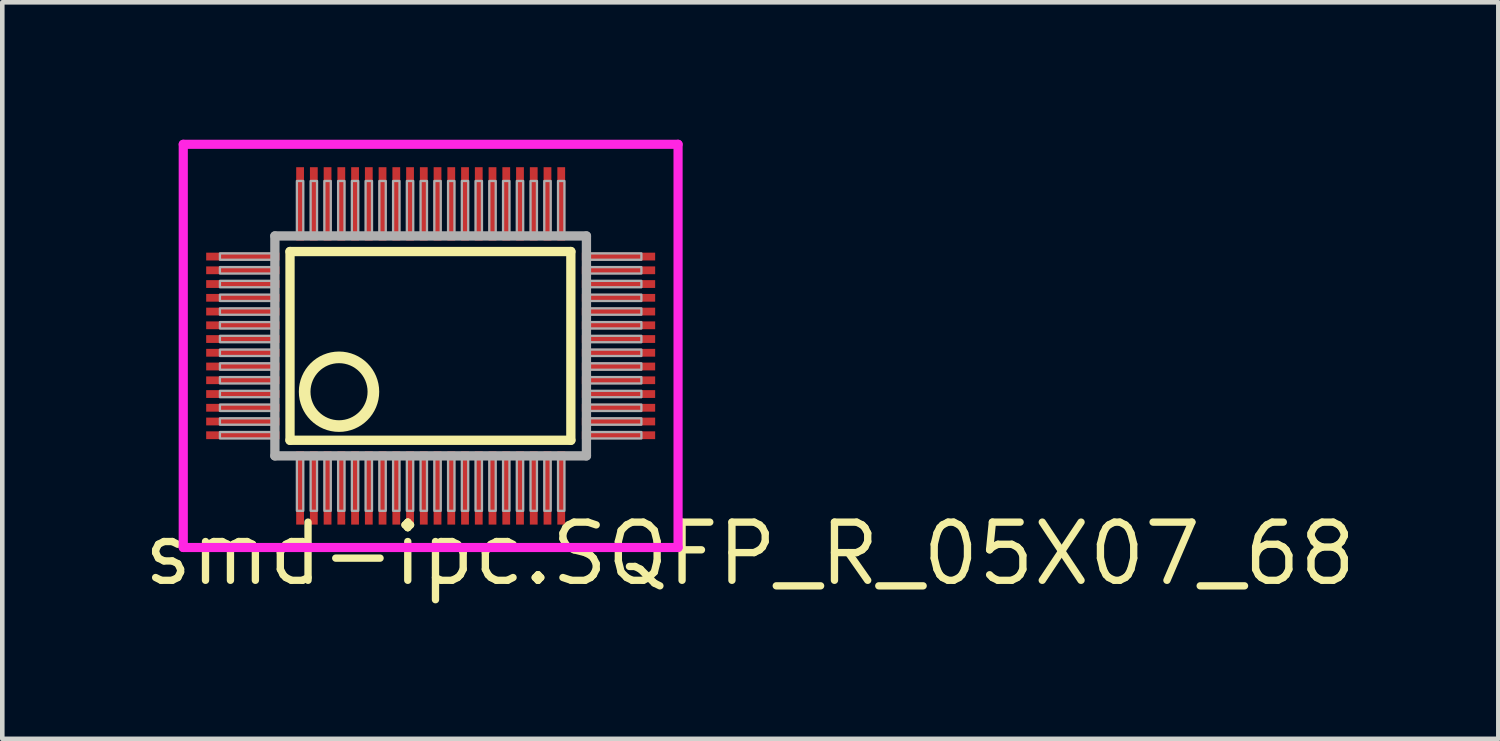
<source format=kicad_pcb>
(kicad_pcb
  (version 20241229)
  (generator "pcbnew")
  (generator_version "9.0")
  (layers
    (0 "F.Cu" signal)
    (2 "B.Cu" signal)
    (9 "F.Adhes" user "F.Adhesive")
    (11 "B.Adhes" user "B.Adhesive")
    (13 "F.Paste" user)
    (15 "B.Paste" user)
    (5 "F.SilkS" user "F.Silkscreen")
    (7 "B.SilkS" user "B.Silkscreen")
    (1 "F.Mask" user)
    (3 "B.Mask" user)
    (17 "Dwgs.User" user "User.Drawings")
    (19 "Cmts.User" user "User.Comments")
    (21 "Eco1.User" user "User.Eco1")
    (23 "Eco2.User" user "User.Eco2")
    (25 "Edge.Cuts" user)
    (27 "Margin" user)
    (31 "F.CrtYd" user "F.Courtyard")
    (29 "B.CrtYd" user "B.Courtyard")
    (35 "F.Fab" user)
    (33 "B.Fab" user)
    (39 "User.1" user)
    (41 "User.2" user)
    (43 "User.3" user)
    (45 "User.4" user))
  (footprint "smd-ipc.SQFP_R_05X07_68"
    (layer "F.Cu")
    (at 6.35 4.5)
    (property "Reference" "smd-ipc.SQFP_R_05X07_68" (at -6.35 5.28 0) (layer "F.SilkS") (effects (font (size 1.27 1.27) (thickness 0.16)) (justify left bottom)))
    (attr smd)
    (fp_line (start -3.07 -2.06) (end 3.06 -2.06) (stroke (width 0.203) (type default)) (layer "F.SilkS"))
    (fp_line (start -3.07 2.06) (end -3.07 -2.06) (stroke (width 0.203) (type default)) (layer "F.SilkS"))
    (fp_line (start 3.06 -2.06) (end 3.06 2.06) (stroke (width 0.203) (type default)) (layer "F.SilkS"))
    (fp_line (start 3.06 2.06) (end -3.07 2.06) (stroke (width 0.203) (type default)) (layer "F.SilkS"))
    (fp_circle (center -2 1) (end -1.25 1) (stroke (width 0.254) (type default)) (fill no) (layer "F.SilkS"))
    (fp_line (start -5.4 -4.4) (end 5.4 -4.4) (stroke (width 0.2) (type default)) (layer "F.CrtYd"))
    (fp_line (start -5.4 4.4) (end -5.4 -4.4) (stroke (width 0.2) (type default)) (layer "F.CrtYd"))
    (fp_line (start 5.4 -4.4) (end 5.4 4.4) (stroke (width 0.2) (type default)) (layer "F.CrtYd"))
    (fp_line (start 5.4 4.4) (end -5.4 4.4) (stroke (width 0.2) (type default)) (layer "F.CrtYd"))
    (fp_line (start -3.4 -2.4) (end -3.4 2.4) (stroke (width 0.203) (type default)) (layer "F.Fab"))
    (fp_line (start -3.4 2.4) (end 3.4 2.4) (stroke (width 0.203) (type default)) (layer "F.Fab"))
    (fp_line (start 3.4 -2.4) (end -3.4 -2.4) (stroke (width 0.203) (type default)) (layer "F.Fab"))
    (fp_line (start 3.4 2.4) (end 3.4 -2.4) (stroke (width 0.203) (type default)) (layer "F.Fab"))
    (fp_rect (start -4.6 -1.88) (end -3.45 -2.02) (stroke (width 0.05) (type default)) (fill no) (layer "F.Fab"))
    (fp_rect (start -4.6 -1.58) (end -3.45 -1.72) (stroke (width 0.05) (type default)) (fill no) (layer "F.Fab"))
    (fp_rect (start -4.6 -1.28) (end -3.45 -1.42) (stroke (width 0.05) (type default)) (fill no) (layer "F.Fab"))
    (fp_rect (start -4.6 -0.98) (end -3.45 -1.12) (stroke (width 0.05) (type default)) (fill no) (layer "F.Fab"))
    (fp_rect (start -4.6 -0.68) (end -3.45 -0.82) (stroke (width 0.05) (type default)) (fill no) (layer "F.Fab"))
    (fp_rect (start -4.6 -0.38) (end -3.45 -0.52) (stroke (width 0.05) (type default)) (fill no) (layer "F.Fab"))
    (fp_rect (start -4.6 -0.08) (end -3.45 -0.22) (stroke (width 0.05) (type default)) (fill no) (layer "F.Fab"))
    (fp_rect (start -4.6 0.22) (end -3.45 0.08) (stroke (width 0.05) (type default)) (fill no) (layer "F.Fab"))
    (fp_rect (start -4.6 0.52) (end -3.45 0.38) (stroke (width 0.05) (type default)) (fill no) (layer "F.Fab"))
    (fp_rect (start -4.6 0.82) (end -3.45 0.68) (stroke (width 0.05) (type default)) (fill no) (layer "F.Fab"))
    (fp_rect (start -4.6 1.12) (end -3.45 0.98) (stroke (width 0.05) (type default)) (fill no) (layer "F.Fab"))
    (fp_rect (start -4.6 1.42) (end -3.45 1.28) (stroke (width 0.05) (type default)) (fill no) (layer "F.Fab"))
    (fp_rect (start -4.6 1.72) (end -3.45 1.58) (stroke (width 0.05) (type default)) (fill no) (layer "F.Fab"))
    (fp_rect (start -4.6 2.02) (end -3.45 1.88) (stroke (width 0.05) (type default)) (fill no) (layer "F.Fab"))
    (fp_rect (start -2.92 -2.45) (end -2.78 -3.6) (stroke (width 0.05) (type default)) (fill no) (layer "F.Fab"))
    (fp_rect (start -2.92 3.6) (end -2.78 2.45) (stroke (width 0.05) (type default)) (fill no) (layer "F.Fab"))
    (fp_rect (start -2.62 -2.45) (end -2.48 -3.6) (stroke (width 0.05) (type default)) (fill no) (layer "F.Fab"))
    (fp_rect (start -2.62 3.6) (end -2.48 2.45) (stroke (width 0.05) (type default)) (fill no) (layer "F.Fab"))
    (fp_rect (start -2.32 -2.45) (end -2.18 -3.6) (stroke (width 0.05) (type default)) (fill no) (layer "F.Fab"))
    (fp_rect (start -2.32 3.6) (end -2.18 2.45) (stroke (width 0.05) (type default)) (fill no) (layer "F.Fab"))
    (fp_rect (start -2.02 -2.45) (end -1.88 -3.6) (stroke (width 0.05) (type default)) (fill no) (layer "F.Fab"))
    (fp_rect (start -2.02 3.6) (end -1.88 2.45) (stroke (width 0.05) (type default)) (fill no) (layer "F.Fab"))
    (fp_rect (start -1.72 -2.45) (end -1.58 -3.6) (stroke (width 0.05) (type default)) (fill no) (layer "F.Fab"))
    (fp_rect (start -1.72 3.6) (end -1.58 2.45) (stroke (width 0.05) (type default)) (fill no) (layer "F.Fab"))
    (fp_rect (start -1.42 -2.45) (end -1.28 -3.6) (stroke (width 0.05) (type default)) (fill no) (layer "F.Fab"))
    (fp_rect (start -1.42 3.6) (end -1.28 2.45) (stroke (width 0.05) (type default)) (fill no) (layer "F.Fab"))
    (fp_rect (start -1.12 -2.45) (end -0.98 -3.6) (stroke (width 0.05) (type default)) (fill no) (layer "F.Fab"))
    (fp_rect (start -1.12 3.6) (end -0.98 2.45) (stroke (width 0.05) (type default)) (fill no) (layer "F.Fab"))
    (fp_rect (start -0.82 -2.45) (end -0.68 -3.6) (stroke (width 0.05) (type default)) (fill no) (layer "F.Fab"))
    (fp_rect (start -0.82 3.6) (end -0.68 2.45) (stroke (width 0.05) (type default)) (fill no) (layer "F.Fab"))
    (fp_rect (start -0.52 -2.45) (end -0.38 -3.6) (stroke (width 0.05) (type default)) (fill no) (layer "F.Fab"))
    (fp_rect (start -0.52 3.6) (end -0.38 2.45) (stroke (width 0.05) (type default)) (fill no) (layer "F.Fab"))
    (fp_rect (start -0.22 -2.45) (end -0.08 -3.6) (stroke (width 0.05) (type default)) (fill no) (layer "F.Fab"))
    (fp_rect (start -0.22 3.6) (end -0.08 2.45) (stroke (width 0.05) (type default)) (fill no) (layer "F.Fab"))
    (fp_rect (start 0.08 -2.45) (end 0.22 -3.6) (stroke (width 0.05) (type default)) (fill no) (layer "F.Fab"))
    (fp_rect (start 0.08 3.6) (end 0.22 2.45) (stroke (width 0.05) (type default)) (fill no) (layer "F.Fab"))
    (fp_rect (start 0.38 -2.45) (end 0.52 -3.6) (stroke (width 0.05) (type default)) (fill no) (layer "F.Fab"))
    (fp_rect (start 0.38 3.6) (end 0.52 2.45) (stroke (width 0.05) (type default)) (fill no) (layer "F.Fab"))
    (fp_rect (start 0.68 -2.45) (end 0.82 -3.6) (stroke (width 0.05) (type default)) (fill no) (layer "F.Fab"))
    (fp_rect (start 0.68 3.6) (end 0.82 2.45) (stroke (width 0.05) (type default)) (fill no) (layer "F.Fab"))
    (fp_rect (start 0.98 -2.45) (end 1.12 -3.6) (stroke (width 0.05) (type default)) (fill no) (layer "F.Fab"))
    (fp_rect (start 0.98 3.6) (end 1.12 2.45) (stroke (width 0.05) (type default)) (fill no) (layer "F.Fab"))
    (fp_rect (start 1.28 -2.45) (end 1.42 -3.6) (stroke (width 0.05) (type default)) (fill no) (layer "F.Fab"))
    (fp_rect (start 1.28 3.6) (end 1.42 2.45) (stroke (width 0.05) (type default)) (fill no) (layer "F.Fab"))
    (fp_rect (start 1.58 -2.45) (end 1.72 -3.6) (stroke (width 0.05) (type default)) (fill no) (layer "F.Fab"))
    (fp_rect (start 1.58 3.6) (end 1.72 2.45) (stroke (width 0.05) (type default)) (fill no) (layer "F.Fab"))
    (fp_rect (start 1.88 -2.45) (end 2.02 -3.6) (stroke (width 0.05) (type default)) (fill no) (layer "F.Fab"))
    (fp_rect (start 1.88 3.6) (end 2.02 2.45) (stroke (width 0.05) (type default)) (fill no) (layer "F.Fab"))
    (fp_rect (start 2.18 -2.45) (end 2.32 -3.6) (stroke (width 0.05) (type default)) (fill no) (layer "F.Fab"))
    (fp_rect (start 2.18 3.6) (end 2.32 2.45) (stroke (width 0.05) (type default)) (fill no) (layer "F.Fab"))
    (fp_rect (start 2.48 -2.45) (end 2.62 -3.6) (stroke (width 0.05) (type default)) (fill no) (layer "F.Fab"))
    (fp_rect (start 2.48 3.6) (end 2.62 2.45) (stroke (width 0.05) (type default)) (fill no) (layer "F.Fab"))
    (fp_rect (start 2.78 -2.45) (end 2.92 -3.6) (stroke (width 0.05) (type default)) (fill no) (layer "F.Fab"))
    (fp_rect (start 2.78 3.6) (end 2.92 2.45) (stroke (width 0.05) (type default)) (fill no) (layer "F.Fab"))
    (fp_rect (start 3.45 -1.88) (end 4.6 -2.02) (stroke (width 0.05) (type default)) (fill no) (layer "F.Fab"))
    (fp_rect (start 3.45 -1.58) (end 4.6 -1.72) (stroke (width 0.05) (type default)) (fill no) (layer "F.Fab"))
    (fp_rect (start 3.45 -1.28) (end 4.6 -1.42) (stroke (width 0.05) (type default)) (fill no) (layer "F.Fab"))
    (fp_rect (start 3.45 -0.98) (end 4.6 -1.12) (stroke (width 0.05) (type default)) (fill no) (layer "F.Fab"))
    (fp_rect (start 3.45 -0.68) (end 4.6 -0.82) (stroke (width 0.05) (type default)) (fill no) (layer "F.Fab"))
    (fp_rect (start 3.45 -0.38) (end 4.6 -0.52) (stroke (width 0.05) (type default)) (fill no) (layer "F.Fab"))
    (fp_rect (start 3.45 -0.08) (end 4.6 -0.22) (stroke (width 0.05) (type default)) (fill no) (layer "F.Fab"))
    (fp_rect (start 3.45 0.22) (end 4.6 0.08) (stroke (width 0.05) (type default)) (fill no) (layer "F.Fab"))
    (fp_rect (start 3.45 0.52) (end 4.6 0.38) (stroke (width 0.05) (type default)) (fill no) (layer "F.Fab"))
    (fp_rect (start 3.45 0.82) (end 4.6 0.68) (stroke (width 0.05) (type default)) (fill no) (layer "F.Fab"))
    (fp_rect (start 3.45 1.12) (end 4.6 0.98) (stroke (width 0.05) (type default)) (fill no) (layer "F.Fab"))
    (fp_rect (start 3.45 1.42) (end 4.6 1.28) (stroke (width 0.05) (type default)) (fill no) (layer "F.Fab"))
    (fp_rect (start 3.45 1.72) (end 4.6 1.58) (stroke (width 0.05) (type default)) (fill no) (layer "F.Fab"))
    (fp_rect (start 3.45 2.02) (end 4.6 1.88) (stroke (width 0.05) (type default)) (fill no) (layer "F.Fab"))
    (pad "1" smd roundrect (at -2.85 3.1) (size 0.17 1.6) (layers "F.Cu" "F.Mask" "F.Paste") (roundrect_rratio 0.01))
    (pad "2" smd roundrect (at -2.55 3.1) (size 0.17 1.6) (layers "F.Cu" "F.Mask" "F.Paste") (roundrect_rratio 0.01))
    (pad "3" smd roundrect (at -2.25 3.1) (size 0.17 1.6) (layers "F.Cu" "F.Mask" "F.Paste") (roundrect_rratio 0.01))
    (pad "4" smd roundrect (at -1.95 3.1) (size 0.17 1.6) (layers "F.Cu" "F.Mask" "F.Paste") (roundrect_rratio 0.01))
    (pad "5" smd roundrect (at -1.65 3.1) (size 0.17 1.6) (layers "F.Cu" "F.Mask" "F.Paste") (roundrect_rratio 0.01))
    (pad "6" smd roundrect (at -1.35 3.1) (size 0.17 1.6) (layers "F.Cu" "F.Mask" "F.Paste") (roundrect_rratio 0.01))
    (pad "7" smd roundrect (at -1.05 3.1) (size 0.17 1.6) (layers "F.Cu" "F.Mask" "F.Paste") (roundrect_rratio 0.01))
    (pad "8" smd roundrect (at -0.75 3.1) (size 0.17 1.6) (layers "F.Cu" "F.Mask" "F.Paste") (roundrect_rratio 0.01))
    (pad "9" smd roundrect (at -0.45 3.1) (size 0.17 1.6) (layers "F.Cu" "F.Mask" "F.Paste") (roundrect_rratio 0.01))
    (pad "10" smd roundrect (at -0.15 3.1) (size 0.17 1.6) (layers "F.Cu" "F.Mask" "F.Paste") (roundrect_rratio 0.01))
    (pad "11" smd roundrect (at 0.15 3.1) (size 0.17 1.6) (layers "F.Cu" "F.Mask" "F.Paste") (roundrect_rratio 0.01))
    (pad "12" smd roundrect (at 0.45 3.1) (size 0.17 1.6) (layers "F.Cu" "F.Mask" "F.Paste") (roundrect_rratio 0.01))
    (pad "13" smd roundrect (at 0.75 3.1) (size 0.17 1.6) (layers "F.Cu" "F.Mask" "F.Paste") (roundrect_rratio 0.01))
    (pad "14" smd roundrect (at 1.05 3.1) (size 0.17 1.6) (layers "F.Cu" "F.Mask" "F.Paste") (roundrect_rratio 0.01))
    (pad "15" smd roundrect (at 1.35 3.1) (size 0.17 1.6) (layers "F.Cu" "F.Mask" "F.Paste") (roundrect_rratio 0.01))
    (pad "16" smd roundrect (at 1.65 3.1) (size 0.17 1.6) (layers "F.Cu" "F.Mask" "F.Paste") (roundrect_rratio 0.01))
    (pad "17" smd roundrect (at 1.95 3.1) (size 0.17 1.6) (layers "F.Cu" "F.Mask" "F.Paste") (roundrect_rratio 0.01))
    (pad "18" smd roundrect (at 2.25 3.1) (size 0.17 1.6) (layers "F.Cu" "F.Mask" "F.Paste") (roundrect_rratio 0.01))
    (pad "19" smd roundrect (at 2.55 3.1) (size 0.17 1.6) (layers "F.Cu" "F.Mask" "F.Paste") (roundrect_rratio 0.01))
    (pad "20" smd roundrect (at 2.85 3.1) (size 0.17 1.6) (layers "F.Cu" "F.Mask" "F.Paste") (roundrect_rratio 0.01))
    (pad "21" smd roundrect (at 4.1 1.95) (size 1.6 0.17) (layers "F.Cu" "F.Mask" "F.Paste") (roundrect_rratio 0.01))
    (pad "22" smd roundrect (at 4.1 1.65) (size 1.6 0.17) (layers "F.Cu" "F.Mask" "F.Paste") (roundrect_rratio 0.01))
    (pad "23" smd roundrect (at 4.1 1.35) (size 1.6 0.17) (layers "F.Cu" "F.Mask" "F.Paste") (roundrect_rratio 0.01))
    (pad "24" smd roundrect (at 4.1 1.05) (size 1.6 0.17) (layers "F.Cu" "F.Mask" "F.Paste") (roundrect_rratio 0.01))
    (pad "25" smd roundrect (at 4.1 0.75) (size 1.6 0.17) (layers "F.Cu" "F.Mask" "F.Paste") (roundrect_rratio 0.01))
    (pad "26" smd roundrect (at 4.1 0.45) (size 1.6 0.17) (layers "F.Cu" "F.Mask" "F.Paste") (roundrect_rratio 0.01))
    (pad "27" smd roundrect (at 4.1 0.15) (size 1.6 0.17) (layers "F.Cu" "F.Mask" "F.Paste") (roundrect_rratio 0.01))
    (pad "28" smd roundrect (at 4.1 -0.15) (size 1.6 0.17) (layers "F.Cu" "F.Mask" "F.Paste") (roundrect_rratio 0.01))
    (pad "29" smd roundrect (at 4.1 -0.45) (size 1.6 0.17) (layers "F.Cu" "F.Mask" "F.Paste") (roundrect_rratio 0.01))
    (pad "30" smd roundrect (at 4.1 -0.75) (size 1.6 0.17) (layers "F.Cu" "F.Mask" "F.Paste") (roundrect_rratio 0.01))
    (pad "31" smd roundrect (at 4.1 -1.05) (size 1.6 0.17) (layers "F.Cu" "F.Mask" "F.Paste") (roundrect_rratio 0.01))
    (pad "32" smd roundrect (at 4.1 -1.35) (size 1.6 0.17) (layers "F.Cu" "F.Mask" "F.Paste") (roundrect_rratio 0.01))
    (pad "33" smd roundrect (at 4.1 -1.65) (size 1.6 0.17) (layers "F.Cu" "F.Mask" "F.Paste") (roundrect_rratio 0.01))
    (pad "34" smd roundrect (at 4.1 -1.95) (size 1.6 0.17) (layers "F.Cu" "F.Mask" "F.Paste") (roundrect_rratio 0.01))
    (pad "35" smd roundrect (at 2.85 -3.1) (size 0.17 1.6) (layers "F.Cu" "F.Mask" "F.Paste") (roundrect_rratio 0.01))
    (pad "36" smd roundrect (at 2.55 -3.1) (size 0.17 1.6) (layers "F.Cu" "F.Mask" "F.Paste") (roundrect_rratio 0.01))
    (pad "37" smd roundrect (at 2.25 -3.1) (size 0.17 1.6) (layers "F.Cu" "F.Mask" "F.Paste") (roundrect_rratio 0.01))
    (pad "38" smd roundrect (at 1.95 -3.1) (size 0.17 1.6) (layers "F.Cu" "F.Mask" "F.Paste") (roundrect_rratio 0.01))
    (pad "39" smd roundrect (at 1.65 -3.1) (size 0.17 1.6) (layers "F.Cu" "F.Mask" "F.Paste") (roundrect_rratio 0.01))
    (pad "40" smd roundrect (at 1.35 -3.1) (size 0.17 1.6) (layers "F.Cu" "F.Mask" "F.Paste") (roundrect_rratio 0.01))
    (pad "41" smd roundrect (at 1.05 -3.1) (size 0.17 1.6) (layers "F.Cu" "F.Mask" "F.Paste") (roundrect_rratio 0.01))
    (pad "42" smd roundrect (at 0.75 -3.1) (size 0.17 1.6) (layers "F.Cu" "F.Mask" "F.Paste") (roundrect_rratio 0.01))
    (pad "43" smd roundrect (at 0.45 -3.1) (size 0.17 1.6) (layers "F.Cu" "F.Mask" "F.Paste") (roundrect_rratio 0.01))
    (pad "44" smd roundrect (at 0.15 -3.1) (size 0.17 1.6) (layers "F.Cu" "F.Mask" "F.Paste") (roundrect_rratio 0.01))
    (pad "45" smd roundrect (at -0.15 -3.1) (size 0.17 1.6) (layers "F.Cu" "F.Mask" "F.Paste") (roundrect_rratio 0.01))
    (pad "46" smd roundrect (at -0.45 -3.1) (size 0.17 1.6) (layers "F.Cu" "F.Mask" "F.Paste") (roundrect_rratio 0.01))
    (pad "47" smd roundrect (at -0.75 -3.1) (size 0.17 1.6) (layers "F.Cu" "F.Mask" "F.Paste") (roundrect_rratio 0.01))
    (pad "48" smd roundrect (at -1.05 -3.1) (size 0.17 1.6) (layers "F.Cu" "F.Mask" "F.Paste") (roundrect_rratio 0.01))
    (pad "49" smd roundrect (at -1.35 -3.1) (size 0.17 1.6) (layers "F.Cu" "F.Mask" "F.Paste") (roundrect_rratio 0.01))
    (pad "50" smd roundrect (at -1.65 -3.1) (size 0.17 1.6) (layers "F.Cu" "F.Mask" "F.Paste") (roundrect_rratio 0.01))
    (pad "51" smd roundrect (at -1.95 -3.1) (size 0.17 1.6) (layers "F.Cu" "F.Mask" "F.Paste") (roundrect_rratio 0.01))
    (pad "52" smd roundrect (at -2.25 -3.1) (size 0.17 1.6) (layers "F.Cu" "F.Mask" "F.Paste") (roundrect_rratio 0.01))
    (pad "53" smd roundrect (at -2.55 -3.1) (size 0.17 1.6) (layers "F.Cu" "F.Mask" "F.Paste") (roundrect_rratio 0.01))
    (pad "54" smd roundrect (at -2.85 -3.1) (size 0.17 1.6) (layers "F.Cu" "F.Mask" "F.Paste") (roundrect_rratio 0.01))
    (pad "55" smd roundrect (at -4.1 -1.95) (size 1.6 0.17) (layers "F.Cu" "F.Mask" "F.Paste") (roundrect_rratio 0.01))
    (pad "56" smd roundrect (at -4.1 -1.65) (size 1.6 0.17) (layers "F.Cu" "F.Mask" "F.Paste") (roundrect_rratio 0.01))
    (pad "57" smd roundrect (at -4.1 -1.35) (size 1.6 0.17) (layers "F.Cu" "F.Mask" "F.Paste") (roundrect_rratio 0.01))
    (pad "58" smd roundrect (at -4.1 -1.05) (size 1.6 0.17) (layers "F.Cu" "F.Mask" "F.Paste") (roundrect_rratio 0.01))
    (pad "59" smd roundrect (at -4.1 -0.75) (size 1.6 0.17) (layers "F.Cu" "F.Mask" "F.Paste") (roundrect_rratio 0.01))
    (pad "60" smd roundrect (at -4.1 -0.45) (size 1.6 0.17) (layers "F.Cu" "F.Mask" "F.Paste") (roundrect_rratio 0.01))
    (pad "61" smd roundrect (at -4.1 -0.15) (size 1.6 0.17) (layers "F.Cu" "F.Mask" "F.Paste") (roundrect_rratio 0.01))
    (pad "62" smd roundrect (at -4.1 0.15) (size 1.6 0.17) (layers "F.Cu" "F.Mask" "F.Paste") (roundrect_rratio 0.01))
    (pad "63" smd roundrect (at -4.1 0.45) (size 1.6 0.17) (layers "F.Cu" "F.Mask" "F.Paste") (roundrect_rratio 0.01))
    (pad "64" smd roundrect (at -4.1 0.75) (size 1.6 0.17) (layers "F.Cu" "F.Mask" "F.Paste") (roundrect_rratio 0.01))
    (pad "65" smd roundrect (at -4.1 1.05) (size 1.6 0.17) (layers "F.Cu" "F.Mask" "F.Paste") (roundrect_rratio 0.01))
    (pad "66" smd roundrect (at -4.1 1.35) (size 1.6 0.17) (layers "F.Cu" "F.Mask" "F.Paste") (roundrect_rratio 0.01))
    (pad "67" smd roundrect (at -4.1 1.65) (size 1.6 0.17) (layers "F.Cu" "F.Mask" "F.Paste") (roundrect_rratio 0.01))
    (pad "68" smd roundrect (at -4.1 1.95) (size 1.6 0.17) (layers "F.Cu" "F.Mask" "F.Paste") (roundrect_rratio 0.01)))
  (gr_rect
    (start -3 -3)
    (end 29.654 13.077)
    (stroke (width 0.1) (type default))
    (fill no)
    (layer "Edge.Cuts")))
</source>
